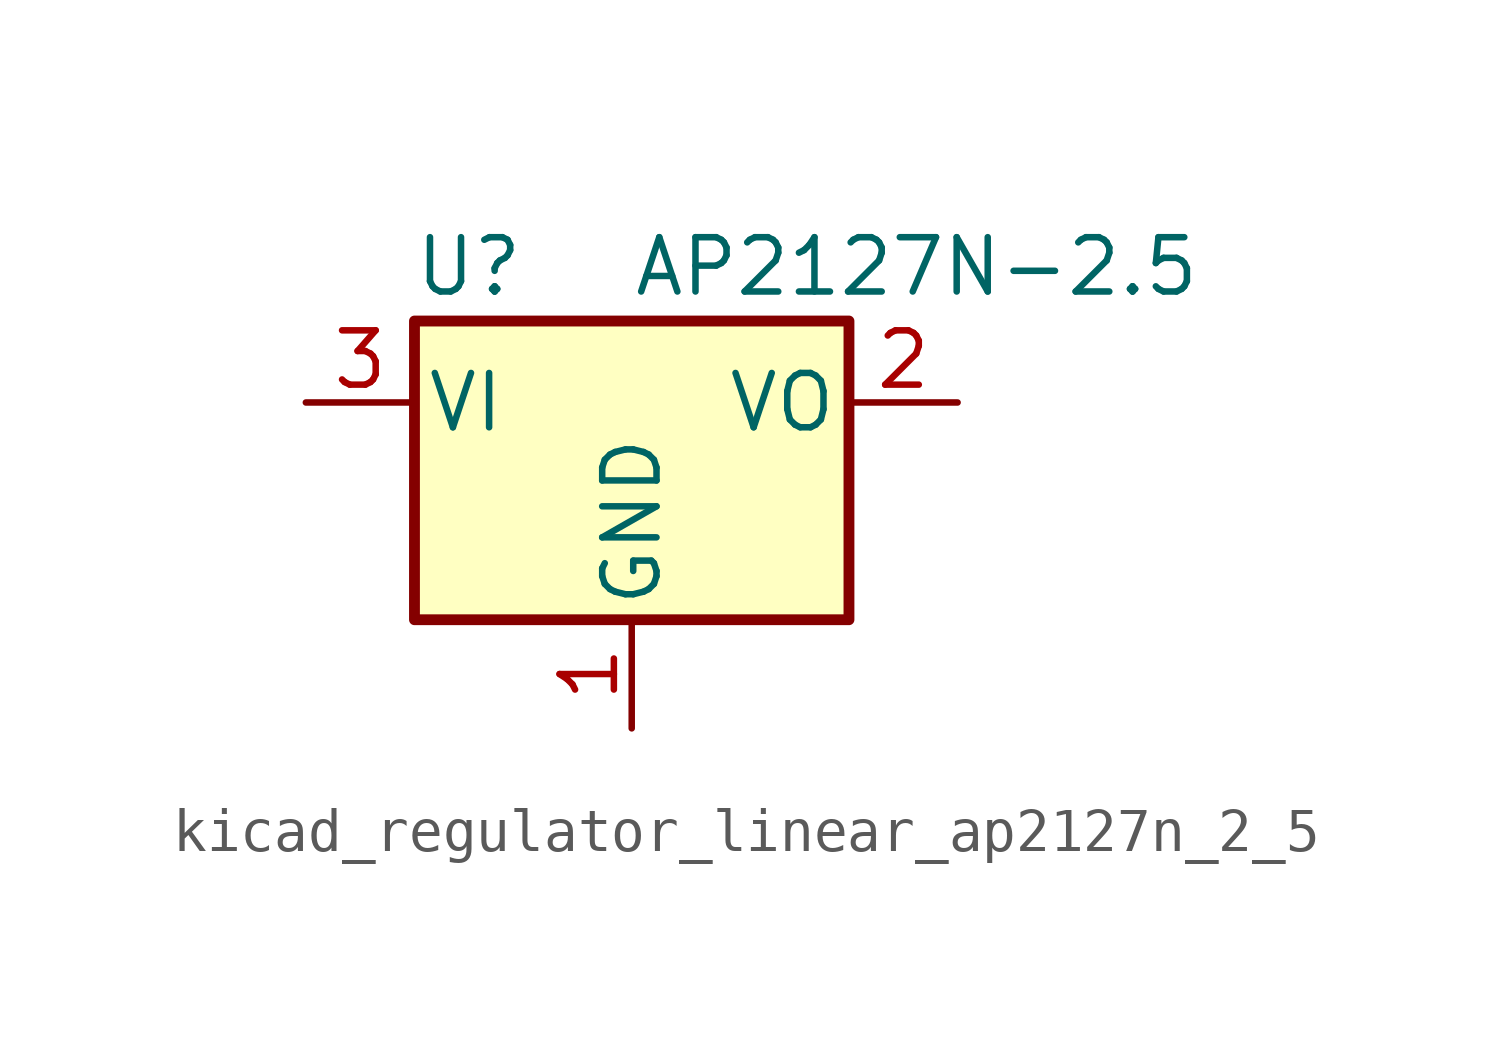
<source format=kicad_sym>
(kicad_symbol_lib
  (version 20220914)
  (generator kicad_symbol_editor)
  (symbol "kicad_regulator_linear_ap2127n_2_5"
    (pin_names
      (offset 0.254))
    (property "Reference" "U"
      (at -3.81 3.175 0)
      (effects (font (size 1.27 1.27))))
    (property "Value" "AP2127N-2.5"
      (at 0 3.175 0)
      (effects (font (size 1.27 1.27)) (justify left)))
    (symbol "kicad_regulator_linear_ap2127n_2_5_0_1"
      (rectangle (start -5.08 1.905) (end 5.08 -5.08) (stroke (width 0.254) (type default)) (fill (type background))))
    (symbol "kicad_regulator_linear_ap2127n_2_5_1_1"
      (pin power_in line (at 0 -7.62 90) (length 2.54) (name "GND" (effects (font (size 1.27 1.27)))) (number "1" (effects (font (size 1.27 1.27)))))
      (pin power_out line (at 7.62 0 180) (length 2.54) (name "VO" (effects (font (size 1.27 1.27)))) (number "2" (effects (font (size 1.27 1.27)))))
      (pin power_in line (at -7.62 0 0) (length 2.54) (name "VI" (effects (font (size 1.27 1.27)))) (number "3" (effects (font (size 1.27 1.27))))))))
</source>
